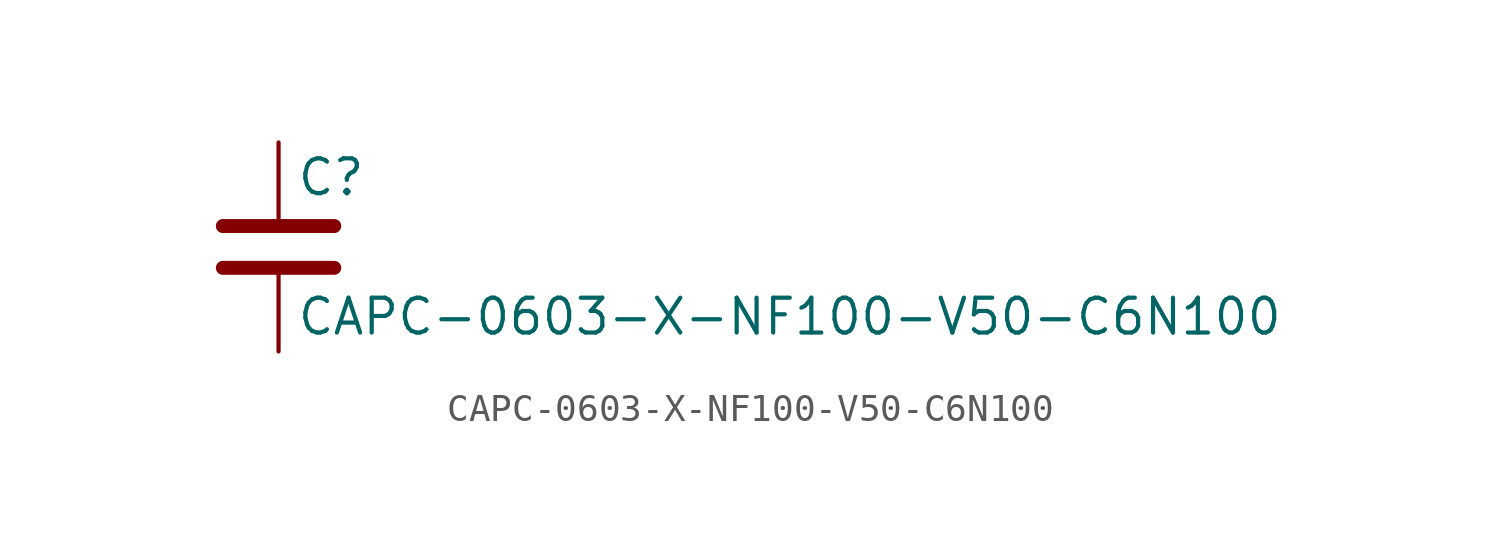
<source format=kicad_sym>
(kicad_symbol_lib
  (version 20211014)
  (generator kicad_symbol_editor)
  (symbol "CAPC-0603-X-NF100-V50-C6N100"
    (pin_numbers hide)
    (pin_names
      (offset 0.254))
    (property "Reference" "C"
      (at 0.635 2.54 0)
      (effects (font (size 1.27 1.27)) (justify left)))
    (property "Value" "CAPC-0603-X-NF100-V50-C6N100"
      (at 0.635 -2.54 0)
      (effects (font (size 1.27 1.27)) (justify left)))
    (symbol "CAPC-0603-X-NF100-V50-C6N100_0_1"
      (polyline (pts (xy -2.032 -0.762) (xy 2.032 -0.762)) (stroke (width 0.508) (type default) (color 0 0 0 0)) (fill (type none)))
      (polyline (pts (xy -2.032 0.762) (xy 2.032 0.762)) (stroke (width 0.508) (type default) (color 0 0 0 0)) (fill (type none))))
    (symbol "CAPC-0603-X-NF100-V50-C6N100_1_1"
      (pin passive line (at 0 3.81 270) (length 2.794) (name "~" (effects (font (size 1.27 1.27)))) (number "1" (effects (font (size 1.27 1.27)))))
      (pin passive line (at 0 -3.81 90) (length 2.794) (name "~" (effects (font (size 1.27 1.27)))) (number "2" (effects (font (size 1.27 1.27))))))))
</source>
